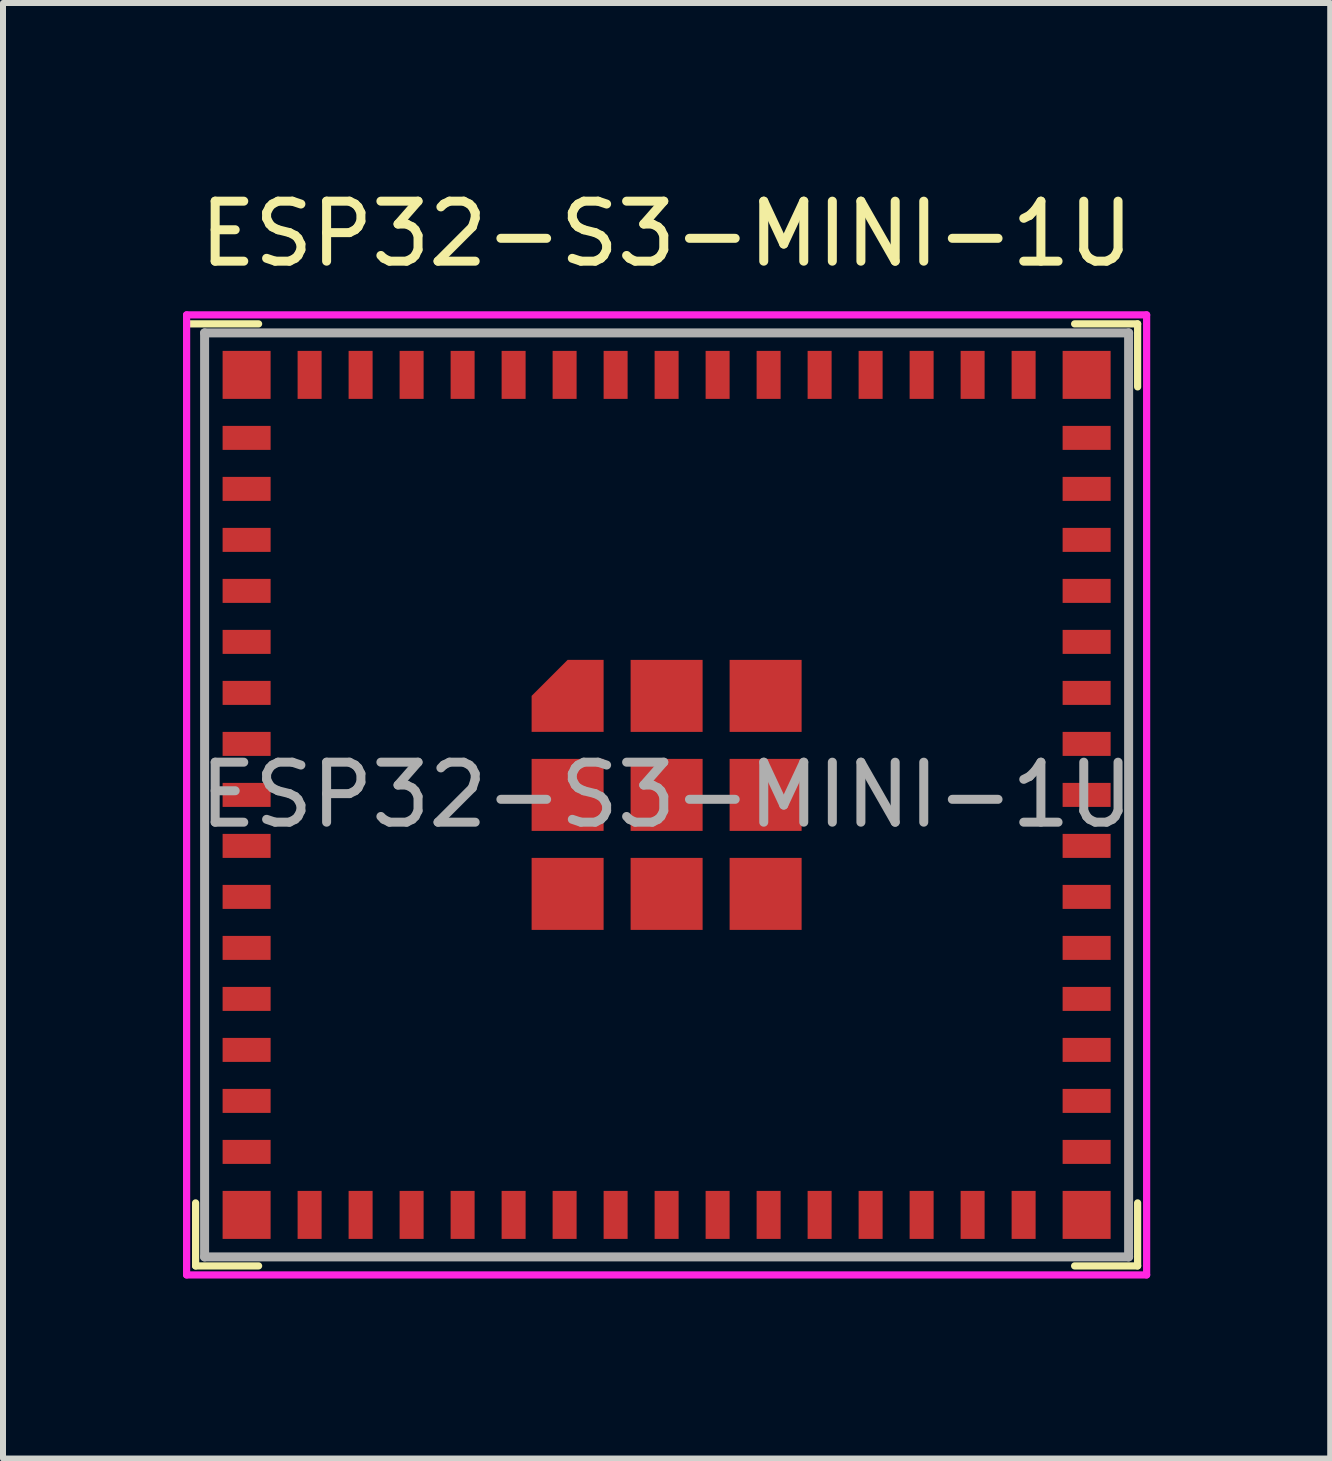
<source format=kicad_pcb>
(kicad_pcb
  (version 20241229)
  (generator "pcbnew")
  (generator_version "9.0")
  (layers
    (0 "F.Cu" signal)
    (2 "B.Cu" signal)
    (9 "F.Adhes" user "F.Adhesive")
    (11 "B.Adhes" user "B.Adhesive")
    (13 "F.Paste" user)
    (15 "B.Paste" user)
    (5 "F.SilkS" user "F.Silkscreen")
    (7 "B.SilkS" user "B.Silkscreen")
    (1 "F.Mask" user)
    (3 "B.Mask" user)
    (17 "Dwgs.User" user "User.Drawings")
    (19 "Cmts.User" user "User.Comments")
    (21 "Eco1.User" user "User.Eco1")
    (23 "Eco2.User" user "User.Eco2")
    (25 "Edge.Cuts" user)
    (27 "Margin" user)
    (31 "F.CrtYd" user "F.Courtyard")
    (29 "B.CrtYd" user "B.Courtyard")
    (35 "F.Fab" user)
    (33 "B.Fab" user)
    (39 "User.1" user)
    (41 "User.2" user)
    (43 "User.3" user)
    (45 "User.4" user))
  (footprint "ESP32-S3-MINI-1U"
    (layer "F.Cu")
    (at 8.06 10.198)
    (property "Reference" "ESP32-S3-MINI-1U" (at 0 -9.35 0) (layer "F.SilkS") (effects (font (size 1 1) (thickness 0.15))))
    (attr smd)
    (fp_line (start -7.85 7.85) (end -7.85 6.8) (stroke (width 0.12) (type solid)) (layer "F.SilkS"))
    (fp_line (start -7.7 -7.7) (end 7.7 -7.7) (stroke (width 0.12) (type solid)) (layer "F.SilkS"))
    (fp_line (start -7.7 7.7) (end -7.7 -7.7) (stroke (width 0.12) (type solid)) (layer "F.SilkS"))
    (fp_line (start -6.8 -7.85) (end -8 -7.85) (stroke (width 0.12) (type solid)) (layer "F.SilkS"))
    (fp_line (start -6.8 7.85) (end -7.85 7.85) (stroke (width 0.12) (type solid)) (layer "F.SilkS"))
    (fp_line (start 6.8 -7.85) (end 7.85 -7.85) (stroke (width 0.12) (type solid)) (layer "F.SilkS"))
    (fp_line (start 6.8 7.85) (end 7.85 7.85) (stroke (width 0.12) (type solid)) (layer "F.SilkS"))
    (fp_line (start 7.7 -7.7) (end 7.7 7.7) (stroke (width 0.12) (type solid)) (layer "F.SilkS"))
    (fp_line (start 7.7 7.7) (end -7.7 7.7) (stroke (width 0.12) (type solid)) (layer "F.SilkS"))
    (fp_line (start 7.85 -7.85) (end 7.85 -6.8) (stroke (width 0.12) (type solid)) (layer "F.SilkS"))
    (fp_line (start 7.85 7.85) (end 7.85 6.8) (stroke (width 0.12) (type solid)) (layer "F.SilkS"))
    (fp_line (start -8 -8) (end -8 8) (stroke (width 0.12) (type solid)) (layer "F.CrtYd"))
    (fp_line (start -8 8) (end 8 8) (stroke (width 0.12) (type solid)) (layer "F.CrtYd"))
    (fp_line (start 8 -8) (end -8 -8) (stroke (width 0.12) (type solid)) (layer "F.CrtYd"))
    (fp_line (start 8 8) (end 8 -8) (stroke (width 0.12) (type solid)) (layer "F.CrtYd"))
    (fp_line (start -7.7 -7.7) (end -7.7 7.7) (stroke (width 0.15) (type solid)) (layer "F.Fab"))
    (fp_line (start -7.7 7.7) (end 7.7 7.7) (stroke (width 0.15) (type solid)) (layer "F.Fab"))
    (fp_line (start 7.7 -7.7) (end -7.7 -7.7) (stroke (width 0.15) (type solid)) (layer "F.Fab"))
    (fp_line (start 7.7 7.7) (end 7.7 -7.7) (stroke (width 0.15) (type solid)) (layer "F.Fab"))
    (fp_text user "${REFERENCE}" (at 0 0 0) (layer "F.Fab") (effects (font (size 1 1) (thickness 0.15))))
    (pad "1" smd rect (at -7 -5.95 90) (size 0.4 0.8) (layers "F.Cu" "F.Mask" "F.Paste"))
    (pad "2" smd rect (at -7 -5.1 90) (size 0.4 0.8) (layers "F.Cu" "F.Mask" "F.Paste"))
    (pad "3" smd rect (at -7 -4.25 90) (size 0.4 0.8) (layers "F.Cu" "F.Mask" "F.Paste"))
    (pad "4" smd rect (at -7 -3.4 90) (size 0.4 0.8) (layers "F.Cu" "F.Mask" "F.Paste"))
    (pad "5" smd rect (at -7 -2.55 90) (size 0.4 0.8) (layers "F.Cu" "F.Mask" "F.Paste"))
    (pad "6" smd rect (at -7 -1.7 90) (size 0.4 0.8) (layers "F.Cu" "F.Mask" "F.Paste"))
    (pad "7" smd rect (at -7 -0.85 90) (size 0.4 0.8) (layers "F.Cu" "F.Mask" "F.Paste"))
    (pad "8" smd rect (at -7 0 90) (size 0.4 0.8) (layers "F.Cu" "F.Mask" "F.Paste"))
    (pad "9" smd rect (at -7 0.85 90) (size 0.4 0.8) (layers "F.Cu" "F.Mask" "F.Paste"))
    (pad "10" smd rect (at -7 1.7 90) (size 0.4 0.8) (layers "F.Cu" "F.Mask" "F.Paste"))
    (pad "11" smd rect (at -7 2.55 90) (size 0.4 0.8) (layers "F.Cu" "F.Mask" "F.Paste"))
    (pad "12" smd rect (at -7 3.4 90) (size 0.4 0.8) (layers "F.Cu" "F.Mask" "F.Paste"))
    (pad "13" smd rect (at -7 4.25 90) (size 0.4 0.8) (layers "F.Cu" "F.Mask" "F.Paste"))
    (pad "14" smd rect (at -7 5.1 90) (size 0.4 0.8) (layers "F.Cu" "F.Mask" "F.Paste"))
    (pad "15" smd rect (at -7 5.95 90) (size 0.4 0.8) (layers "F.Cu" "F.Mask" "F.Paste"))
    (pad "16" smd rect (at -5.95 7) (size 0.4 0.8) (layers "F.Cu" "F.Mask" "F.Paste"))
    (pad "17" smd rect (at -5.1 7) (size 0.4 0.8) (layers "F.Cu" "F.Mask" "F.Paste"))
    (pad "18" smd rect (at -4.25 7) (size 0.4 0.8) (layers "F.Cu" "F.Mask" "F.Paste"))
    (pad "19" smd rect (at -3.4 7) (size 0.4 0.8) (layers "F.Cu" "F.Mask" "F.Paste"))
    (pad "20" smd rect (at -2.55 7) (size 0.4 0.8) (layers "F.Cu" "F.Mask" "F.Paste"))
    (pad "21" smd rect (at -1.7 7) (size 0.4 0.8) (layers "F.Cu" "F.Mask" "F.Paste"))
    (pad "22" smd rect (at -0.85 7) (size 0.4 0.8) (layers "F.Cu" "F.Mask" "F.Paste"))
    (pad "23" smd rect (at 0 7) (size 0.4 0.8) (layers "F.Cu" "F.Mask" "F.Paste"))
    (pad "24" smd rect (at 0.85 7) (size 0.4 0.8) (layers "F.Cu" "F.Mask" "F.Paste"))
    (pad "25" smd rect (at 1.7 7) (size 0.4 0.8) (layers "F.Cu" "F.Mask" "F.Paste"))
    (pad "26" smd rect (at 2.55 7) (size 0.4 0.8) (layers "F.Cu" "F.Mask" "F.Paste"))
    (pad "27" smd rect (at 3.4 7) (size 0.4 0.8) (layers "F.Cu" "F.Mask" "F.Paste"))
    (pad "28" smd rect (at 4.25 7) (size 0.4 0.8) (layers "F.Cu" "F.Mask" "F.Paste"))
    (pad "29" smd rect (at 5.1 7) (size 0.4 0.8) (layers "F.Cu" "F.Mask" "F.Paste"))
    (pad "30" smd rect (at 5.95 7) (size 0.4 0.8) (layers "F.Cu" "F.Mask" "F.Paste"))
    (pad "31" smd rect (at 7 5.95 90) (size 0.4 0.8) (layers "F.Cu" "F.Mask" "F.Paste"))
    (pad "32" smd rect (at 7 5.1 90) (size 0.4 0.8) (layers "F.Cu" "F.Mask" "F.Paste"))
    (pad "33" smd rect (at 7 4.25 90) (size 0.4 0.8) (layers "F.Cu" "F.Mask" "F.Paste"))
    (pad "34" smd rect (at 7 3.4 90) (size 0.4 0.8) (layers "F.Cu" "F.Mask" "F.Paste"))
    (pad "35" smd rect (at 7 2.55 90) (size 0.4 0.8) (layers "F.Cu" "F.Mask" "F.Paste"))
    (pad "36" smd rect (at 7 1.7 90) (size 0.4 0.8) (layers "F.Cu" "F.Mask" "F.Paste"))
    (pad "37" smd rect (at 7 0.85 90) (size 0.4 0.8) (layers "F.Cu" "F.Mask" "F.Paste"))
    (pad "38" smd rect (at 7 0 90) (size 0.4 0.8) (layers "F.Cu" "F.Mask" "F.Paste"))
    (pad "39" smd rect (at 7 -0.85 90) (size 0.4 0.8) (layers "F.Cu" "F.Mask" "F.Paste"))
    (pad "40" smd rect (at 7 -1.7 90) (size 0.4 0.8) (layers "F.Cu" "F.Mask" "F.Paste"))
    (pad "41" smd rect (at 7 -2.55 90) (size 0.4 0.8) (layers "F.Cu" "F.Mask" "F.Paste"))
    (pad "42" smd rect (at 7 -3.4 90) (size 0.4 0.8) (layers "F.Cu" "F.Mask" "F.Paste"))
    (pad "43" smd rect (at 7 -4.25 90) (size 0.4 0.8) (layers "F.Cu" "F.Mask" "F.Paste"))
    (pad "44" smd rect (at 7 -5.1 90) (size 0.4 0.8) (layers "F.Cu" "F.Mask" "F.Paste"))
    (pad "45" smd rect (at 7 -5.95 90) (size 0.4 0.8) (layers "F.Cu" "F.Mask" "F.Paste"))
    (pad "46" smd rect (at 5.95 -7) (size 0.4 0.8) (layers "F.Cu" "F.Mask" "F.Paste"))
    (pad "47" smd rect (at 5.1 -7) (size 0.4 0.8) (layers "F.Cu" "F.Mask" "F.Paste"))
    (pad "48" smd rect (at 4.25 -7) (size 0.4 0.8) (layers "F.Cu" "F.Mask" "F.Paste"))
    (pad "49" smd rect (at 3.4 -7) (size 0.4 0.8) (layers "F.Cu" "F.Mask" "F.Paste"))
    (pad "50" smd rect (at 2.55 -7) (size 0.4 0.8) (layers "F.Cu" "F.Mask" "F.Paste"))
    (pad "51" smd rect (at 1.7 -7) (size 0.4 0.8) (layers "F.Cu" "F.Mask" "F.Paste"))
    (pad "52" smd rect (at 0.85 -7) (size 0.4 0.8) (layers "F.Cu" "F.Mask" "F.Paste"))
    (pad "53" smd rect (at 0 -7) (size 0.4 0.8) (layers "F.Cu" "F.Mask" "F.Paste"))
    (pad "54" smd rect (at -0.85 -7) (size 0.4 0.8) (layers "F.Cu" "F.Mask" "F.Paste"))
    (pad "55" smd rect (at -1.7 -7) (size 0.4 0.8) (layers "F.Cu" "F.Mask" "F.Paste"))
    (pad "56" smd rect (at -2.55 -7) (size 0.4 0.8) (layers "F.Cu" "F.Mask" "F.Paste"))
    (pad "57" smd rect (at -3.4 -7) (size 0.4 0.8) (layers "F.Cu" "F.Mask" "F.Paste"))
    (pad "58" smd rect (at -4.25 -7) (size 0.4 0.8) (layers "F.Cu" "F.Mask" "F.Paste"))
    (pad "59" smd rect (at -5.1 -7) (size 0.4 0.8) (layers "F.Cu" "F.Mask" "F.Paste"))
    (pad "60" smd rect (at -5.95 -7) (size 0.4 0.8) (layers "F.Cu" "F.Mask" "F.Paste"))
    (pad "61" smd custom (at -1.65 -1.65) (size 0.6 0.6) (layers "F.Cu" "F.Mask" "F.Paste") (options (anchor rect)) (primitives (gr_poly (pts (xy 0.6 0.6) (xy -0.6 0.6) (xy -0.6 0) (xy 0 -0.6) (xy 0.6 -0.6)) (width 0) (fill yes))))
    (pad "61" smd rect (at -1.65 0) (size 1.2 1.2) (layers "F.Cu" "F.Mask" "F.Paste"))
    (pad "61" smd rect (at -1.65 1.65) (size 1.2 1.2) (layers "F.Cu" "F.Mask" "F.Paste"))
    (pad "61" smd rect (at 0 -1.65) (size 1.2 1.2) (layers "F.Cu" "F.Mask" "F.Paste"))
    (pad "61" smd rect (at 0 0) (size 1.2 1.2) (layers "F.Cu" "F.Mask" "F.Paste"))
    (pad "61" smd rect (at 0 1.65) (size 1.2 1.2) (layers "F.Cu" "F.Mask" "F.Paste"))
    (pad "61" smd rect (at 1.65 -1.65) (size 1.2 1.2) (layers "F.Cu" "F.Mask" "F.Paste"))
    (pad "61" smd rect (at 1.65 0) (size 1.2 1.2) (layers "F.Cu" "F.Mask" "F.Paste"))
    (pad "61" smd rect (at 1.65 1.65) (size 1.2 1.2) (layers "F.Cu" "F.Mask" "F.Paste"))
    (pad "62" smd rect (at -7 -7 180) (size 0.8 0.8) (layers "F.Cu" "F.Mask" "F.Paste"))
    (pad "63" smd rect (at -7 7 180) (size 0.8 0.8) (layers "F.Cu" "F.Mask" "F.Paste"))
    (pad "64" smd rect (at 7 7 180) (size 0.8 0.8) (layers "F.Cu" "F.Mask" "F.Paste"))
    (pad "65" smd rect (at 7 -7 180) (size 0.8 0.8) (layers "F.Cu" "F.Mask" "F.Paste")))
  (gr_rect
    (start -3 -3)
    (end 19.12 21.258)
    (stroke (width 0.1) (type default))
    (fill no)
    (layer "Edge.Cuts")))
</source>
